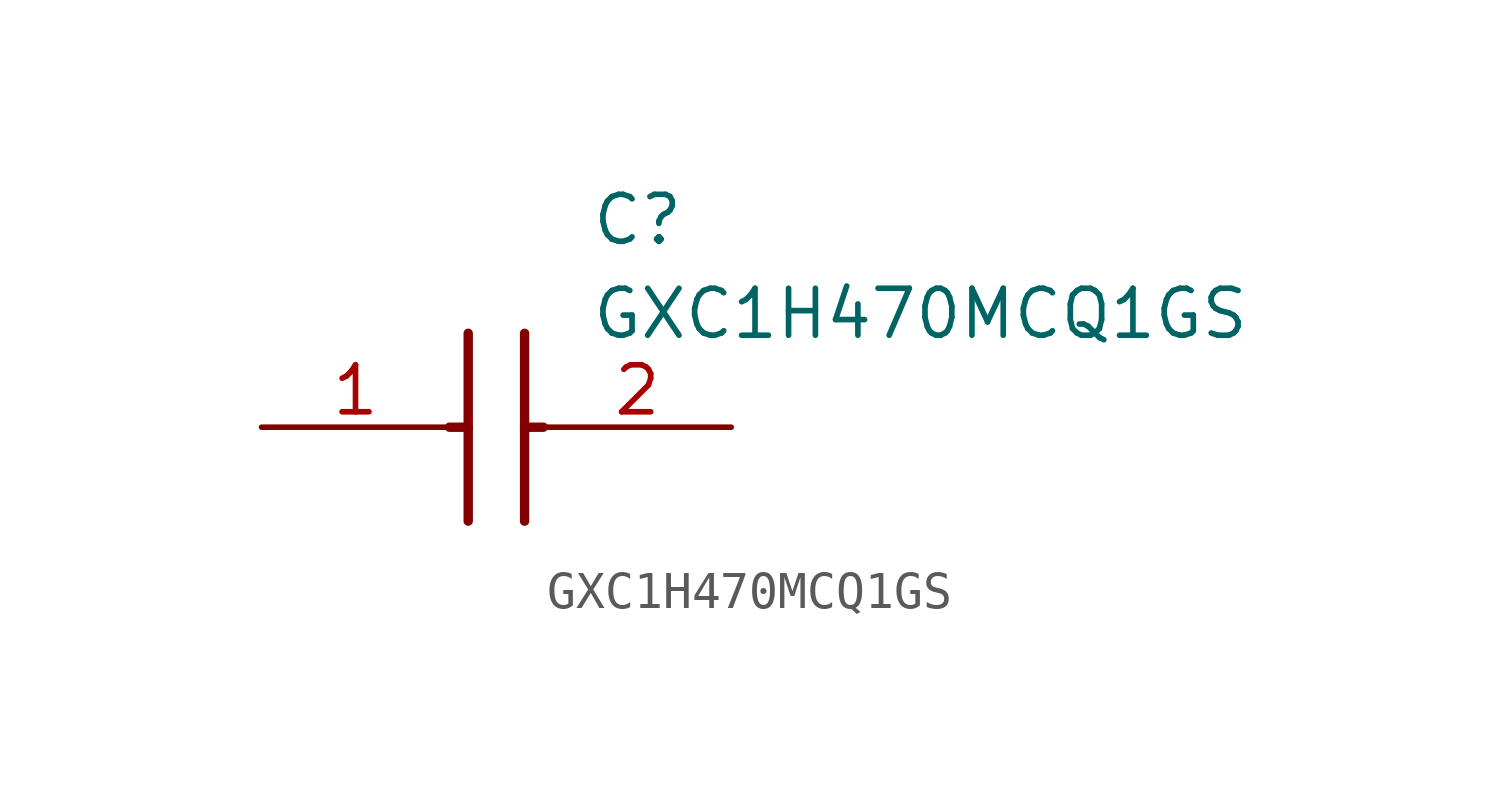
<source format=kicad_sym>
(kicad_symbol_lib
  (version 20211014)
  (generator SamacSys_ECAD_Model)
  (symbol "GXC1H470MCQ1GS"
    (pin_names hide)
    (property "Reference" "C"
      (at 8.89 6.35 0)
      (effects (font (size 1.27 1.27)) (justify left top)))
    (property "Value" "GXC1H470MCQ1GS"
      (at 8.89 3.81 0)
      (effects (font (size 1.27 1.27)) (justify left top)))
    (polyline
      (pts (xy 5.588 2.54) (xy 5.588 -2.54))
      (stroke (width 0.254) (type default))
      (fill (type none)))
    (polyline
      (pts (xy 7.112 2.54) (xy 7.112 -2.54))
      (stroke (width 0.254) (type default))
      (fill (type none)))
    (polyline
      (pts (xy 5.08 0) (xy 5.588 0))
      (stroke (width 0.254) (type default))
      (fill (type none)))
    (polyline
      (pts (xy 7.112 0) (xy 7.62 0))
      (stroke (width 0.254) (type default))
      (fill (type none)))
    (pin passive line
      (at 0 0 0)
      (length 5.08)
      (name "+" (effects (font (size 1.27 1.27))))
      (number "1" (effects (font (size 1.27 1.27)))))
    (pin passive line
      (at 12.7 0 180)
      (length 5.08)
      (name "-" (effects (font (size 1.27 1.27))))
      (number "2" (effects (font (size 1.27 1.27)))))))
</source>
